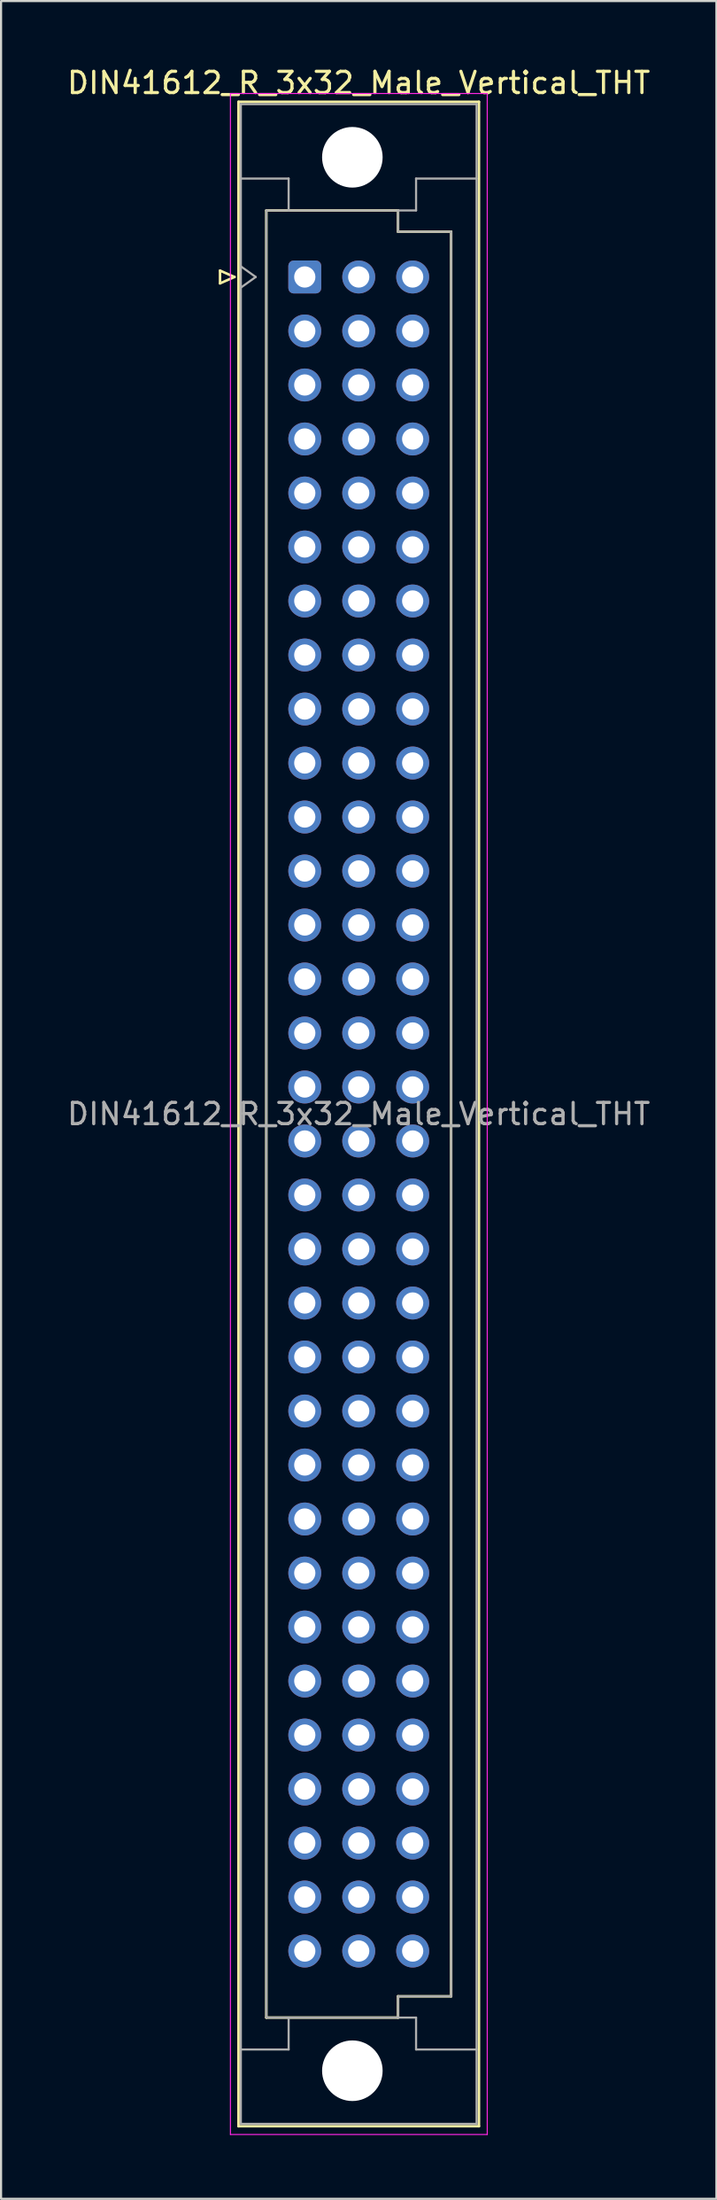
<source format=kicad_pcb>
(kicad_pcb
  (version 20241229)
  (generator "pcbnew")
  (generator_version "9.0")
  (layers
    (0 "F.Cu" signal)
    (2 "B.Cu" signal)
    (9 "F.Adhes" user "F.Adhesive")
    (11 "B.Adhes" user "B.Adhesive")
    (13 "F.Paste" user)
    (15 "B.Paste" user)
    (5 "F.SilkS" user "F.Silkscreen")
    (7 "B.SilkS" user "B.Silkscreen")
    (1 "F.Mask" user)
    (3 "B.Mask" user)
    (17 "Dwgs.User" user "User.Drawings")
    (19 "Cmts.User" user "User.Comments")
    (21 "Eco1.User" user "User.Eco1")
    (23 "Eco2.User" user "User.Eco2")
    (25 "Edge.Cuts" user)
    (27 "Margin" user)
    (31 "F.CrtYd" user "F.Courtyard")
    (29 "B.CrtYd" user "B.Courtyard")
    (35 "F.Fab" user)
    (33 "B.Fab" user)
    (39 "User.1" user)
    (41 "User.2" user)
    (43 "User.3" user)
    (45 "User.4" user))
  (footprint "DIN41612_R_3x32_Male_Vertical_THT"
    (layer "F.Cu")
    (at 11.299 9.978)
    (property "Reference" "DIN41612_R_3x32_Male_Vertical_THT" (at 2.54 -9.13 0) (layer "F.SilkS") (effects (font (size 1 1) (thickness 0.15))))
    (attr through_hole)
    (fp_line (start -3.99 -0.3) (end -3.99 0.3) (stroke (width 0.12) (type solid)) (layer "F.SilkS"))
    (fp_line (start -3.99 0.3) (end -3.31 0) (stroke (width 0.12) (type solid)) (layer "F.SilkS"))
    (fp_line (start -3.31 0) (end -3.99 -0.3) (stroke (width 0.12) (type solid)) (layer "F.SilkS"))
    (fp_line (start -3.12 -8.24) (end 8.2 -8.24) (stroke (width 0.12) (type solid)) (layer "F.SilkS"))
    (fp_line (start -3.12 86.98) (end -3.12 -8.24) (stroke (width 0.12) (type solid)) (layer "F.SilkS"))
    (fp_line (start -1.81 -3.13) (end 4.39 -3.13) (stroke (width 0.12) (type solid)) (layer "F.SilkS"))
    (fp_line (start -1.81 81.87) (end -1.81 -3.13) (stroke (width 0.12) (type solid)) (layer "F.SilkS"))
    (fp_line (start 4.39 -3.13) (end 4.39 -2.13) (stroke (width 0.12) (type solid)) (layer "F.SilkS"))
    (fp_line (start 4.39 -2.13) (end 6.89 -2.13) (stroke (width 0.12) (type solid)) (layer "F.SilkS"))
    (fp_line (start 4.39 80.87) (end 4.39 81.87) (stroke (width 0.12) (type solid)) (layer "F.SilkS"))
    (fp_line (start 4.39 81.87) (end -1.81 81.87) (stroke (width 0.12) (type solid)) (layer "F.SilkS"))
    (fp_line (start 6.89 -2.13) (end 6.89 80.87) (stroke (width 0.12) (type solid)) (layer "F.SilkS"))
    (fp_line (start 6.89 80.87) (end 4.39 80.87) (stroke (width 0.12) (type solid)) (layer "F.SilkS"))
    (fp_line (start 8.2 -8.24) (end 8.2 86.98) (stroke (width 0.12) (type solid)) (layer "F.SilkS"))
    (fp_line (start 8.2 86.98) (end -3.12 86.98) (stroke (width 0.12) (type solid)) (layer "F.SilkS"))
    (fp_line (start -3.5 -8.63) (end 8.59 -8.63) (stroke (width 0.05) (type solid)) (layer "F.CrtYd"))
    (fp_line (start -3.5 87.37) (end -3.5 -8.63) (stroke (width 0.05) (type solid)) (layer "F.CrtYd"))
    (fp_line (start 8.59 -8.63) (end 8.59 87.37) (stroke (width 0.05) (type solid)) (layer "F.CrtYd"))
    (fp_line (start 8.59 87.37) (end -3.5 87.37) (stroke (width 0.05) (type solid)) (layer "F.CrtYd"))
    (fp_line (start -3.01 -8.13) (end 8.09 -8.13) (stroke (width 0.1) (type solid)) (layer "F.Fab"))
    (fp_line (start -3.01 -4.63) (end -0.76 -4.63) (stroke (width 0.1) (type solid)) (layer "F.Fab"))
    (fp_line (start -3.01 -0.5) (end -2.31 0) (stroke (width 0.1) (type solid)) (layer "F.Fab"))
    (fp_line (start -3.01 83.37) (end -0.76 83.37) (stroke (width 0.1) (type solid)) (layer "F.Fab"))
    (fp_line (start -3.01 86.87) (end -3.01 -8.13) (stroke (width 0.1) (type solid)) (layer "F.Fab"))
    (fp_line (start -2.31 0) (end -3.01 0.5) (stroke (width 0.1) (type solid)) (layer "F.Fab"))
    (fp_line (start -1.81 -3.13) (end 4.39 -3.13) (stroke (width 0.1) (type solid)) (layer "F.Fab"))
    (fp_line (start -1.81 81.87) (end -1.81 -3.13) (stroke (width 0.1) (type solid)) (layer "F.Fab"))
    (fp_line (start -0.76 -4.63) (end -0.76 -3.13) (stroke (width 0.1) (type solid)) (layer "F.Fab"))
    (fp_line (start -0.76 83.37) (end -0.76 81.87) (stroke (width 0.1) (type solid)) (layer "F.Fab"))
    (fp_line (start 4.39 -3.13) (end 4.39 -2.13) (stroke (width 0.1) (type solid)) (layer "F.Fab"))
    (fp_line (start 4.39 -3.13) (end 5.24 -3.13) (stroke (width 0.1) (type solid)) (layer "F.Fab"))
    (fp_line (start 4.39 -2.13) (end 6.89 -2.13) (stroke (width 0.1) (type solid)) (layer "F.Fab"))
    (fp_line (start 4.39 80.87) (end 4.39 81.87) (stroke (width 0.1) (type solid)) (layer "F.Fab"))
    (fp_line (start 4.39 81.87) (end -1.81 81.87) (stroke (width 0.1) (type solid)) (layer "F.Fab"))
    (fp_line (start 4.39 81.87) (end 5.24 81.87) (stroke (width 0.1) (type solid)) (layer "F.Fab"))
    (fp_line (start 5.24 -4.63) (end 8.09 -4.63) (stroke (width 0.1) (type solid)) (layer "F.Fab"))
    (fp_line (start 5.24 -3.13) (end 5.24 -4.63) (stroke (width 0.1) (type solid)) (layer "F.Fab"))
    (fp_line (start 5.24 81.87) (end 5.24 83.37) (stroke (width 0.1) (type solid)) (layer "F.Fab"))
    (fp_line (start 5.24 83.37) (end 8.09 83.37) (stroke (width 0.1) (type solid)) (layer "F.Fab"))
    (fp_line (start 6.89 -2.13) (end 6.89 80.87) (stroke (width 0.1) (type solid)) (layer "F.Fab"))
    (fp_line (start 6.89 80.87) (end 4.39 80.87) (stroke (width 0.1) (type solid)) (layer "F.Fab"))
    (fp_line (start 8.09 -8.13) (end 8.09 86.87) (stroke (width 0.1) (type solid)) (layer "F.Fab"))
    (fp_line (start 8.09 86.87) (end -3.01 86.87) (stroke (width 0.1) (type solid)) (layer "F.Fab"))
    (fp_text user "${REFERENCE}" (at 2.54 39.37 0) (layer "F.Fab") (effects (font (size 1 1) (thickness 0.15))))
    (pad "" np_thru_hole circle (at 2.24 -5.63) (size 2.85 2.85) (drill 2.85) (layers "*.Cu" "*.Mask"))
    (pad "" np_thru_hole circle (at 2.24 84.37) (size 2.85 2.85) (drill 2.85) (layers "*.Cu" "*.Mask"))
    (pad "a1" thru_hole roundrect (at 0 0) (size 1.55 1.55) (drill 1) (layers "*.Cu" "*.Mask") (roundrect_rratio 0.161))
    (pad "a2" thru_hole circle (at 0 2.54) (size 1.55 1.55) (drill 1) (layers "*.Cu" "*.Mask"))
    (pad "a3" thru_hole circle (at 0 5.08) (size 1.55 1.55) (drill 1) (layers "*.Cu" "*.Mask"))
    (pad "a4" thru_hole circle (at 0 7.62) (size 1.55 1.55) (drill 1) (layers "*.Cu" "*.Mask"))
    (pad "a5" thru_hole circle (at 0 10.16) (size 1.55 1.55) (drill 1) (layers "*.Cu" "*.Mask"))
    (pad "a6" thru_hole circle (at 0 12.7) (size 1.55 1.55) (drill 1) (layers "*.Cu" "*.Mask"))
    (pad "a7" thru_hole circle (at 0 15.24) (size 1.55 1.55) (drill 1) (layers "*.Cu" "*.Mask"))
    (pad "a8" thru_hole circle (at 0 17.78) (size 1.55 1.55) (drill 1) (layers "*.Cu" "*.Mask"))
    (pad "a9" thru_hole circle (at 0 20.32) (size 1.55 1.55) (drill 1) (layers "*.Cu" "*.Mask"))
    (pad "a10" thru_hole circle (at 0 22.86) (size 1.55 1.55) (drill 1) (layers "*.Cu" "*.Mask"))
    (pad "a11" thru_hole circle (at 0 25.4) (size 1.55 1.55) (drill 1) (layers "*.Cu" "*.Mask"))
    (pad "a12" thru_hole circle (at 0 27.94) (size 1.55 1.55) (drill 1) (layers "*.Cu" "*.Mask"))
    (pad "a13" thru_hole circle (at 0 30.48) (size 1.55 1.55) (drill 1) (layers "*.Cu" "*.Mask"))
    (pad "a14" thru_hole circle (at 0 33.02) (size 1.55 1.55) (drill 1) (layers "*.Cu" "*.Mask"))
    (pad "a15" thru_hole circle (at 0 35.56) (size 1.55 1.55) (drill 1) (layers "*.Cu" "*.Mask"))
    (pad "a16" thru_hole circle (at 0 38.1) (size 1.55 1.55) (drill 1) (layers "*.Cu" "*.Mask"))
    (pad "a17" thru_hole circle (at 0 40.64) (size 1.55 1.55) (drill 1) (layers "*.Cu" "*.Mask"))
    (pad "a18" thru_hole circle (at 0 43.18) (size 1.55 1.55) (drill 1) (layers "*.Cu" "*.Mask"))
    (pad "a19" thru_hole circle (at 0 45.72) (size 1.55 1.55) (drill 1) (layers "*.Cu" "*.Mask"))
    (pad "a20" thru_hole circle (at 0 48.26) (size 1.55 1.55) (drill 1) (layers "*.Cu" "*.Mask"))
    (pad "a21" thru_hole circle (at 0 50.8) (size 1.55 1.55) (drill 1) (layers "*.Cu" "*.Mask"))
    (pad "a22" thru_hole circle (at 0 53.34) (size 1.55 1.55) (drill 1) (layers "*.Cu" "*.Mask"))
    (pad "a23" thru_hole circle (at 0 55.88) (size 1.55 1.55) (drill 1) (layers "*.Cu" "*.Mask"))
    (pad "a24" thru_hole circle (at 0 58.42) (size 1.55 1.55) (drill 1) (layers "*.Cu" "*.Mask"))
    (pad "a25" thru_hole circle (at 0 60.96) (size 1.55 1.55) (drill 1) (layers "*.Cu" "*.Mask"))
    (pad "a26" thru_hole circle (at 0 63.5) (size 1.55 1.55) (drill 1) (layers "*.Cu" "*.Mask"))
    (pad "a27" thru_hole circle (at 0 66.04) (size 1.55 1.55) (drill 1) (layers "*.Cu" "*.Mask"))
    (pad "a28" thru_hole circle (at 0 68.58) (size 1.55 1.55) (drill 1) (layers "*.Cu" "*.Mask"))
    (pad "a29" thru_hole circle (at 0 71.12) (size 1.55 1.55) (drill 1) (layers "*.Cu" "*.Mask"))
    (pad "a30" thru_hole circle (at 0 73.66) (size 1.55 1.55) (drill 1) (layers "*.Cu" "*.Mask"))
    (pad "a31" thru_hole circle (at 0 76.2) (size 1.55 1.55) (drill 1) (layers "*.Cu" "*.Mask"))
    (pad "a32" thru_hole circle (at 0 78.74) (size 1.55 1.55) (drill 1) (layers "*.Cu" "*.Mask"))
    (pad "b1" thru_hole circle (at 2.54 0) (size 1.55 1.55) (drill 1) (layers "*.Cu" "*.Mask"))
    (pad "b2" thru_hole circle (at 2.54 2.54) (size 1.55 1.55) (drill 1) (layers "*.Cu" "*.Mask"))
    (pad "b3" thru_hole circle (at 2.54 5.08) (size 1.55 1.55) (drill 1) (layers "*.Cu" "*.Mask"))
    (pad "b4" thru_hole circle (at 2.54 7.62) (size 1.55 1.55) (drill 1) (layers "*.Cu" "*.Mask"))
    (pad "b5" thru_hole circle (at 2.54 10.16) (size 1.55 1.55) (drill 1) (layers "*.Cu" "*.Mask"))
    (pad "b6" thru_hole circle (at 2.54 12.7) (size 1.55 1.55) (drill 1) (layers "*.Cu" "*.Mask"))
    (pad "b7" thru_hole circle (at 2.54 15.24) (size 1.55 1.55) (drill 1) (layers "*.Cu" "*.Mask"))
    (pad "b8" thru_hole circle (at 2.54 17.78) (size 1.55 1.55) (drill 1) (layers "*.Cu" "*.Mask"))
    (pad "b9" thru_hole circle (at 2.54 20.32) (size 1.55 1.55) (drill 1) (layers "*.Cu" "*.Mask"))
    (pad "b10" thru_hole circle (at 2.54 22.86) (size 1.55 1.55) (drill 1) (layers "*.Cu" "*.Mask"))
    (pad "b11" thru_hole circle (at 2.54 25.4) (size 1.55 1.55) (drill 1) (layers "*.Cu" "*.Mask"))
    (pad "b12" thru_hole circle (at 2.54 27.94) (size 1.55 1.55) (drill 1) (layers "*.Cu" "*.Mask"))
    (pad "b13" thru_hole circle (at 2.54 30.48) (size 1.55 1.55) (drill 1) (layers "*.Cu" "*.Mask"))
    (pad "b14" thru_hole circle (at 2.54 33.02) (size 1.55 1.55) (drill 1) (layers "*.Cu" "*.Mask"))
    (pad "b15" thru_hole circle (at 2.54 35.56) (size 1.55 1.55) (drill 1) (layers "*.Cu" "*.Mask"))
    (pad "b16" thru_hole circle (at 2.54 38.1) (size 1.55 1.55) (drill 1) (layers "*.Cu" "*.Mask"))
    (pad "b17" thru_hole circle (at 2.54 40.64) (size 1.55 1.55) (drill 1) (layers "*.Cu" "*.Mask"))
    (pad "b18" thru_hole circle (at 2.54 43.18) (size 1.55 1.55) (drill 1) (layers "*.Cu" "*.Mask"))
    (pad "b19" thru_hole circle (at 2.54 45.72) (size 1.55 1.55) (drill 1) (layers "*.Cu" "*.Mask"))
    (pad "b20" thru_hole circle (at 2.54 48.26) (size 1.55 1.55) (drill 1) (layers "*.Cu" "*.Mask"))
    (pad "b21" thru_hole circle (at 2.54 50.8) (size 1.55 1.55) (drill 1) (layers "*.Cu" "*.Mask"))
    (pad "b22" thru_hole circle (at 2.54 53.34) (size 1.55 1.55) (drill 1) (layers "*.Cu" "*.Mask"))
    (pad "b23" thru_hole circle (at 2.54 55.88) (size 1.55 1.55) (drill 1) (layers "*.Cu" "*.Mask"))
    (pad "b24" thru_hole circle (at 2.54 58.42) (size 1.55 1.55) (drill 1) (layers "*.Cu" "*.Mask"))
    (pad "b25" thru_hole circle (at 2.54 60.96) (size 1.55 1.55) (drill 1) (layers "*.Cu" "*.Mask"))
    (pad "b26" thru_hole circle (at 2.54 63.5) (size 1.55 1.55) (drill 1) (layers "*.Cu" "*.Mask"))
    (pad "b27" thru_hole circle (at 2.54 66.04) (size 1.55 1.55) (drill 1) (layers "*.Cu" "*.Mask"))
    (pad "b28" thru_hole circle (at 2.54 68.58) (size 1.55 1.55) (drill 1) (layers "*.Cu" "*.Mask"))
    (pad "b29" thru_hole circle (at 2.54 71.12) (size 1.55 1.55) (drill 1) (layers "*.Cu" "*.Mask"))
    (pad "b30" thru_hole circle (at 2.54 73.66) (size 1.55 1.55) (drill 1) (layers "*.Cu" "*.Mask"))
    (pad "b31" thru_hole circle (at 2.54 76.2) (size 1.55 1.55) (drill 1) (layers "*.Cu" "*.Mask"))
    (pad "b32" thru_hole circle (at 2.54 78.74) (size 1.55 1.55) (drill 1) (layers "*.Cu" "*.Mask"))
    (pad "c1" thru_hole circle (at 5.08 0) (size 1.55 1.55) (drill 1) (layers "*.Cu" "*.Mask"))
    (pad "c2" thru_hole circle (at 5.08 2.54) (size 1.55 1.55) (drill 1) (layers "*.Cu" "*.Mask"))
    (pad "c3" thru_hole circle (at 5.08 5.08) (size 1.55 1.55) (drill 1) (layers "*.Cu" "*.Mask"))
    (pad "c4" thru_hole circle (at 5.08 7.62) (size 1.55 1.55) (drill 1) (layers "*.Cu" "*.Mask"))
    (pad "c5" thru_hole circle (at 5.08 10.16) (size 1.55 1.55) (drill 1) (layers "*.Cu" "*.Mask"))
    (pad "c6" thru_hole circle (at 5.08 12.7) (size 1.55 1.55) (drill 1) (layers "*.Cu" "*.Mask"))
    (pad "c7" thru_hole circle (at 5.08 15.24) (size 1.55 1.55) (drill 1) (layers "*.Cu" "*.Mask"))
    (pad "c8" thru_hole circle (at 5.08 17.78) (size 1.55 1.55) (drill 1) (layers "*.Cu" "*.Mask"))
    (pad "c9" thru_hole circle (at 5.08 20.32) (size 1.55 1.55) (drill 1) (layers "*.Cu" "*.Mask"))
    (pad "c10" thru_hole circle (at 5.08 22.86) (size 1.55 1.55) (drill 1) (layers "*.Cu" "*.Mask"))
    (pad "c11" thru_hole circle (at 5.08 25.4) (size 1.55 1.55) (drill 1) (layers "*.Cu" "*.Mask"))
    (pad "c12" thru_hole circle (at 5.08 27.94) (size 1.55 1.55) (drill 1) (layers "*.Cu" "*.Mask"))
    (pad "c13" thru_hole circle (at 5.08 30.48) (size 1.55 1.55) (drill 1) (layers "*.Cu" "*.Mask"))
    (pad "c14" thru_hole circle (at 5.08 33.02) (size 1.55 1.55) (drill 1) (layers "*.Cu" "*.Mask"))
    (pad "c15" thru_hole circle (at 5.08 35.56) (size 1.55 1.55) (drill 1) (layers "*.Cu" "*.Mask"))
    (pad "c16" thru_hole circle (at 5.08 38.1) (size 1.55 1.55) (drill 1) (layers "*.Cu" "*.Mask"))
    (pad "c17" thru_hole circle (at 5.08 40.64) (size 1.55 1.55) (drill 1) (layers "*.Cu" "*.Mask"))
    (pad "c18" thru_hole circle (at 5.08 43.18) (size 1.55 1.55) (drill 1) (layers "*.Cu" "*.Mask"))
    (pad "c19" thru_hole circle (at 5.08 45.72) (size 1.55 1.55) (drill 1) (layers "*.Cu" "*.Mask"))
    (pad "c20" thru_hole circle (at 5.08 48.26) (size 1.55 1.55) (drill 1) (layers "*.Cu" "*.Mask"))
    (pad "c21" thru_hole circle (at 5.08 50.8) (size 1.55 1.55) (drill 1) (layers "*.Cu" "*.Mask"))
    (pad "c22" thru_hole circle (at 5.08 53.34) (size 1.55 1.55) (drill 1) (layers "*.Cu" "*.Mask"))
    (pad "c23" thru_hole circle (at 5.08 55.88) (size 1.55 1.55) (drill 1) (layers "*.Cu" "*.Mask"))
    (pad "c24" thru_hole circle (at 5.08 58.42) (size 1.55 1.55) (drill 1) (layers "*.Cu" "*.Mask"))
    (pad "c25" thru_hole circle (at 5.08 60.96) (size 1.55 1.55) (drill 1) (layers "*.Cu" "*.Mask"))
    (pad "c26" thru_hole circle (at 5.08 63.5) (size 1.55 1.55) (drill 1) (layers "*.Cu" "*.Mask"))
    (pad "c27" thru_hole circle (at 5.08 66.04) (size 1.55 1.55) (drill 1) (layers "*.Cu" "*.Mask"))
    (pad "c28" thru_hole circle (at 5.08 68.58) (size 1.55 1.55) (drill 1) (layers "*.Cu" "*.Mask"))
    (pad "c29" thru_hole circle (at 5.08 71.12) (size 1.55 1.55) (drill 1) (layers "*.Cu" "*.Mask"))
    (pad "c30" thru_hole circle (at 5.08 73.66) (size 1.55 1.55) (drill 1) (layers "*.Cu" "*.Mask"))
    (pad "c31" thru_hole circle (at 5.08 76.2) (size 1.55 1.55) (drill 1) (layers "*.Cu" "*.Mask"))
    (pad "c32" thru_hole circle (at 5.08 78.74) (size 1.55 1.55) (drill 1) (layers "*.Cu" "*.Mask")))
  (gr_rect
    (start -3 -3)
    (end 30.679 100.373)
    (stroke (width 0.1) (type default))
    (fill no)
    (layer "Edge.Cuts")))
</source>
